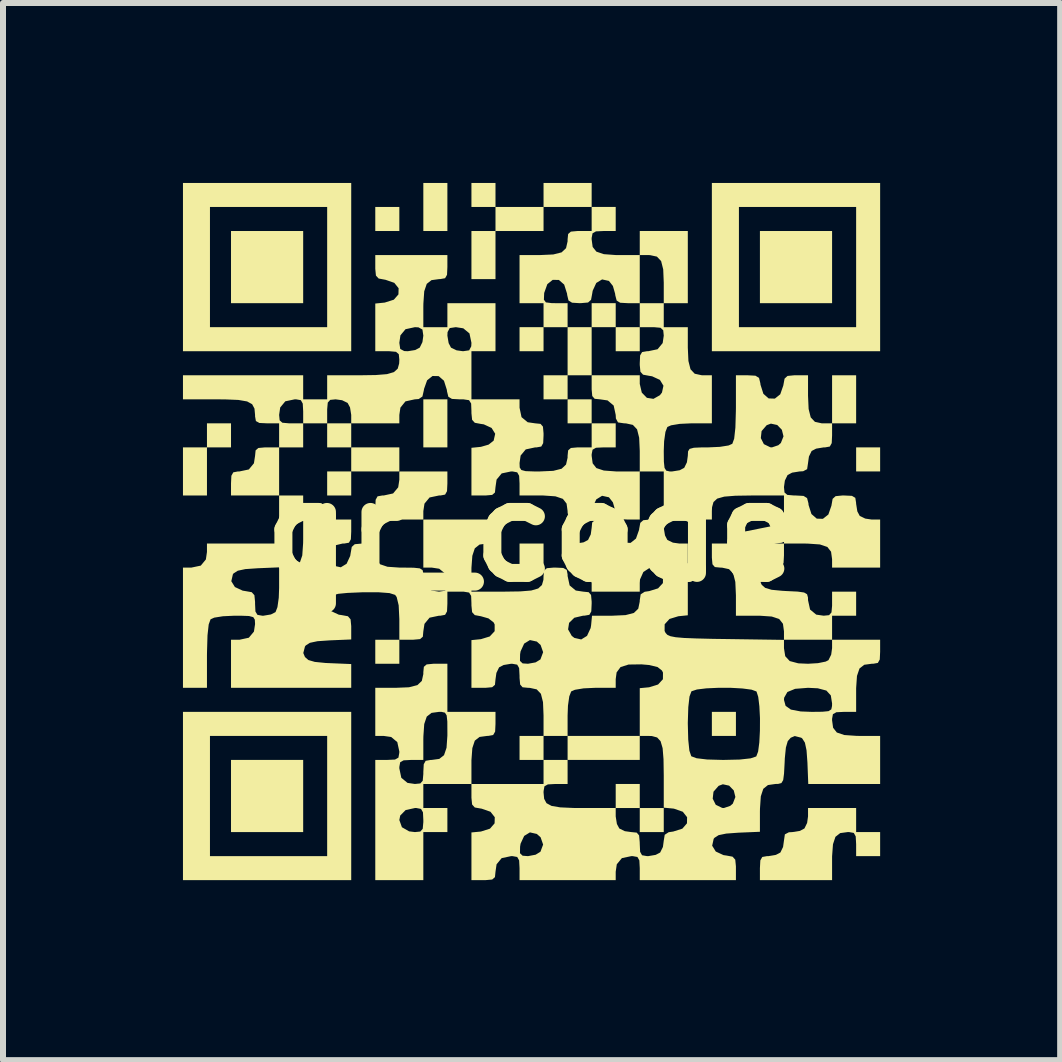
<source format=kicad_pcb>
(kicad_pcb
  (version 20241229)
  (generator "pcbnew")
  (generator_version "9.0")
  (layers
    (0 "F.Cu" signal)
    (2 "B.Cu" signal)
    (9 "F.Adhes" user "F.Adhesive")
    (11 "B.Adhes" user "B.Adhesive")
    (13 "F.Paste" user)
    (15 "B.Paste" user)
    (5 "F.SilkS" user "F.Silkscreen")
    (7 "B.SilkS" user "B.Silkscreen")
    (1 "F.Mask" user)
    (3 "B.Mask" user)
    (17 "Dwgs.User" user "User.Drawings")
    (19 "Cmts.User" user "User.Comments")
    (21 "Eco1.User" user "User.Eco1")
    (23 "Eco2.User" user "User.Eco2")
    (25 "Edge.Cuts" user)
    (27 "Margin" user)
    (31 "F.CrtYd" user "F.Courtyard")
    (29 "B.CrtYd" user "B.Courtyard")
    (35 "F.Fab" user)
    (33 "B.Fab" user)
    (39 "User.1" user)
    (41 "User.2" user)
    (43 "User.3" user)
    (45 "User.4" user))
  (footprint "qr_code"
    (layer "F.Cu")
    (at 5.811 5.811)
    (property "Reference" "qr_code" (at 0 0 0) (layer "F.SilkS") (effects (font (size 1.524 1.524) (thickness 0.3))))
    (attr board_only exclude_from_pos_files exclude_from_bom)
    (fp_poly (pts (xy -5.411 -0.601) (xy -5.811 -0.601) (xy -5.811 -1.403) (xy -5.411 -1.403)) (stroke (width 0) (type solid)) (fill yes) (layer "F.SilkS"))
    (fp_poly (pts (xy -5.01 -1.403) (xy -5.411 -1.403) (xy -5.411 -1.804) (xy -5.01 -1.804)) (stroke (width 0) (type solid)) (fill yes) (layer "F.SilkS"))
    (fp_poly (pts (xy -3.807 -3.807) (xy -5.01 -3.807) (xy -5.01 -5.01) (xy -3.807 -5.01)) (stroke (width 0) (type solid)) (fill yes) (layer "F.SilkS"))
    (fp_poly (pts (xy -3.807 5.01) (xy -5.01 5.01) (xy -5.01 3.807) (xy -3.807 3.807)) (stroke (width 0) (type solid)) (fill yes) (layer "F.SilkS"))
    (fp_poly (pts (xy -3.006 -1.403) (xy -3.407 -1.403) (xy -3.407 -1.804) (xy -3.006 -1.804)) (stroke (width 0) (type solid)) (fill yes) (layer "F.SilkS"))
    (fp_poly (pts (xy -3.006 -0.601) (xy -3.407 -0.601) (xy -3.407 -1.002) (xy -3.006 -1.002)) (stroke (width 0) (type solid)) (fill yes) (layer "F.SilkS"))
    (fp_poly (pts (xy -2.204 -5.01) (xy -2.605 -5.01) (xy -2.605 -5.411) (xy -2.204 -5.411)) (stroke (width 0) (type solid)) (fill yes) (layer "F.SilkS"))
    (fp_poly (pts (xy -2.204 -1.002) (xy -3.006 -1.002) (xy -3.006 -1.403) (xy -2.204 -1.403)) (stroke (width 0) (type solid)) (fill yes) (layer "F.SilkS"))
    (fp_poly (pts (xy -2.204 2.204) (xy -2.605 2.204) (xy -2.605 1.804) (xy -2.204 1.804)) (stroke (width 0) (type solid)) (fill yes) (layer "F.SilkS"))
    (fp_poly (pts (xy -1.403 -5.01) (xy -1.804 -5.01) (xy -1.804 -5.811) (xy -1.403 -5.811)) (stroke (width 0) (type solid)) (fill yes) (layer "F.SilkS"))
    (fp_poly (pts (xy -1.403 -1.403) (xy -1.804 -1.403) (xy -1.804 -2.204) (xy -1.403 -2.204)) (stroke (width 0) (type solid)) (fill yes) (layer "F.SilkS"))
    (fp_poly (pts (xy -0.601 -5.411) (xy -1.002 -5.411) (xy -1.002 -5.811) (xy -0.601 -5.811)) (stroke (width 0) (type solid)) (fill yes) (layer "F.SilkS"))
    (fp_poly (pts (xy -0.601 -4.208) (xy -1.002 -4.208) (xy -1.002 -5.01) (xy -0.601 -5.01)) (stroke (width 0) (type solid)) (fill yes) (layer "F.SilkS"))
    (fp_poly (pts (xy 0.2 -5.01) (xy -0.601 -5.01) (xy -0.601 -5.411) (xy 0.2 -5.411)) (stroke (width 0) (type solid)) (fill yes) (layer "F.SilkS"))
    (fp_poly (pts (xy 0.2 -3.006) (xy -0.2 -3.006) (xy -0.2 -3.407) (xy 0.2 -3.407)) (stroke (width 0) (type solid)) (fill yes) (layer "F.SilkS"))
    (fp_poly (pts (xy 0.2 0.601) (xy -0.2 0.601) (xy -0.2 0.2) (xy 0.2 0.2)) (stroke (width 0) (type solid)) (fill yes) (layer "F.SilkS"))
    (fp_poly (pts (xy 1.002 -5.411) (xy 0.2 -5.411) (xy 0.2 -5.811) (xy 1.002 -5.811)) (stroke (width 0) (type solid)) (fill yes) (layer "F.SilkS"))
    (fp_poly (pts (xy 1.403 -3.407) (xy 1.002 -3.407) (xy 1.002 -3.807) (xy 1.403 -3.807)) (stroke (width 0) (type solid)) (fill yes) (layer "F.SilkS"))
    (fp_poly (pts (xy 1.804 -3.006) (xy 1.403 -3.006) (xy 1.403 -3.407) (xy 1.804 -3.407)) (stroke (width 0) (type solid)) (fill yes) (layer "F.SilkS"))
    (fp_poly (pts (xy 1.804 3.807) (xy 0.601 3.807) (xy 0.601 3.407) (xy 1.804 3.407)) (stroke (width 0) (type solid)) (fill yes) (layer "F.SilkS"))
    (fp_poly (pts (xy 1.804 4.609) (xy 1.403 4.609) (xy 1.403 4.208) (xy 1.804 4.208)) (stroke (width 0) (type solid)) (fill yes) (layer "F.SilkS"))
    (fp_poly (pts (xy 2.204 5.01) (xy 1.804 5.01) (xy 1.804 4.609) (xy 2.204 4.609)) (stroke (width 0) (type solid)) (fill yes) (layer "F.SilkS"))
    (fp_poly (pts (xy 3.407 3.407) (xy 3.006 3.407) (xy 3.006 3.006) (xy 3.407 3.006)) (stroke (width 0) (type solid)) (fill yes) (layer "F.SilkS"))
    (fp_poly (pts (xy 5.01 -3.807) (xy 3.807 -3.807) (xy 3.807 -5.01) (xy 5.01 -5.01)) (stroke (width 0) (type solid)) (fill yes) (layer "F.SilkS"))
    (fp_poly (pts (xy 5.411 -1.804) (xy 5.01 -1.804) (xy 5.01 -2.605) (xy 5.411 -2.605)) (stroke (width 0) (type solid)) (fill yes) (layer "F.SilkS"))
    (fp_poly (pts (xy 5.811 -1.002) (xy 5.411 -1.002) (xy 5.411 -1.403) (xy 5.811 -1.403)) (stroke (width 0) (type solid)) (fill yes) (layer "F.SilkS"))
    (fp_poly (pts (xy -3.006 -3.006) (xy -5.811 -3.006) (xy -5.811 -3.407) (xy -5.361 -3.407) (xy -3.407 -3.407) (xy -3.407 -5.411) (xy -5.361 -5.411) (xy -5.361 -3.407) (xy -5.811 -3.407) (xy -5.811 -5.811) (xy -3.006 -5.811)) (stroke (width 0) (type solid)) (fill yes) (layer "F.SilkS"))
    (fp_poly (pts (xy -3.006 5.811) (xy -5.811 5.811) (xy -5.811 5.411) (xy -5.361 5.411) (xy -3.407 5.411) (xy -3.407 3.407) (xy -5.361 3.407) (xy -5.361 5.411) (xy -5.811 5.411) (xy -5.811 3.006) (xy -3.006 3.006)) (stroke (width 0) (type solid)) (fill yes) (layer "F.SilkS"))
    (fp_poly (pts (xy 5.811 -3.006) (xy 3.006 -3.006) (xy 3.006 -3.407) (xy 3.457 -3.407) (xy 5.411 -3.407) (xy 5.411 -5.411) (xy 3.457 -5.411) (xy 3.457 -3.407) (xy 3.006 -3.407) (xy 3.006 -5.811) (xy 5.811 -5.811)) (stroke (width 0) (type solid)) (fill yes) (layer "F.SilkS"))
    (fp_poly (pts (xy -1.403 -0.802) (xy -1.409 -0.673) (xy -1.441 -0.616) (xy -1.519 -0.601) (xy -1.543 -0.601) (xy -1.7 -0.568) (xy -1.785 -0.465) (xy -1.804 -0.341) (xy -1.804 -0.2) (xy -2.605 -0.2) (xy -2.605 -0.401) (xy -2.599 -0.529) (xy -2.567 -0.587) (xy -2.489 -0.601) (xy -2.465 -0.601) (xy -2.308 -0.635) (xy -2.223 -0.737) (xy -2.204 -0.862) (xy -2.204 -1.002) (xy -1.403 -1.002)) (stroke (width 0) (type solid)) (fill yes) (layer "F.SilkS"))
    (fp_poly (pts (xy 5.411 5.01) (xy 5.811 5.01) (xy 5.811 5.411) (xy 5.411 5.411) (xy 5.411 5.21) (xy 5.404 5.082) (xy 5.372 5.024) (xy 5.294 5.01) (xy 5.27 5.01) (xy 5.145 5.027) (xy 5.066 5.089) (xy 5.025 5.213) (xy 5.01 5.416) (xy 5.01 5.471) (xy 5.01 5.811) (xy 3.807 5.811) (xy 3.807 5.611) (xy 3.814 5.482) (xy 3.846 5.425) (xy 3.924 5.411) (xy 3.948 5.411) (xy 4.073 5.39) (xy 4.148 5.351) (xy 4.193 5.258) (xy 4.208 5.15) (xy 4.223 5.048) (xy 4.29 5.013) (xy 4.349 5.01) (xy 4.474 4.99) (xy 4.549 4.95) (xy 4.594 4.857) (xy 4.609 4.749) (xy 4.609 4.609) (xy 5.411 4.609)) (stroke (width 0) (type solid)) (fill yes) (layer "F.SilkS"))
    (fp_poly (pts (xy -1.403 3.006) (xy -0.601 3.006) (xy -0.601 3.206) (xy -0.607 3.335) (xy -0.64 3.392) (xy -0.717 3.406) (xy -0.741 3.407) (xy -0.867 3.424) (xy -0.946 3.486) (xy -0.987 3.61) (xy -1.002 3.812) (xy -1.002 3.868) (xy -1.002 4.208) (xy -1.804 4.208) (xy -1.804 4.609) (xy -1.403 4.609) (xy -1.403 5.01) (xy -1.804 5.01) (xy -1.804 5.811) (xy -2.605 5.811) (xy -2.605 4.809) (xy -2.204 4.809) (xy -2.161 4.929) (xy -2.041 4.998) (xy -1.944 5.01) (xy -1.854 5.001) (xy -1.814 4.955) (xy -1.804 4.844) (xy -1.804 4.809) (xy -1.81 4.681) (xy -1.842 4.624) (xy -1.92 4.609) (xy -1.944 4.609) (xy -2.099 4.643) (xy -2.189 4.734) (xy -2.204 4.809) (xy -2.605 4.809) (xy -2.605 3.948) (xy -2.204 3.948) (xy -2.171 4.105) (xy -2.068 4.19) (xy -1.944 4.208) (xy -1.854 4.199) (xy -1.814 4.154) (xy -1.804 4.042) (xy -1.804 4.008) (xy -1.797 3.879) (xy -1.765 3.822) (xy -1.687 3.808) (xy -1.663 3.807) (xy -1.538 3.79) (xy -1.459 3.728) (xy -1.417 3.604) (xy -1.403 3.402) (xy -1.403 3.347) (xy -1.404 3.167) (xy -1.415 3.065) (xy -1.444 3.019) (xy -1.501 3.006) (xy -1.543 3.006) (xy -1.668 3.023) (xy -1.747 3.085) (xy -1.789 3.209) (xy -1.803 3.412) (xy -1.804 3.467) (xy -1.804 3.807) (xy -2.004 3.807) (xy -2.133 3.814) (xy -2.19 3.846) (xy -2.204 3.924) (xy -2.204 3.948) (xy -2.605 3.948) (xy -2.605 3.807) (xy -2.405 3.807) (xy -2.276 3.801) (xy -2.219 3.769) (xy -2.205 3.691) (xy -2.204 3.667) (xy -2.238 3.51) (xy -2.34 3.425) (xy -2.465 3.407) (xy -2.605 3.407) (xy -2.605 2.605) (xy -2.264 2.605) (xy -2.043 2.596) (xy -1.903 2.56) (xy -1.829 2.49) (xy -1.804 2.376) (xy -1.804 2.345) (xy -1.795 2.255) (xy -1.749 2.215) (xy -1.637 2.204) (xy -1.603 2.204) (xy -1.403 2.204)) (stroke (width 0) (type solid)) (fill yes) (layer "F.SilkS"))
    (fp_poly (pts (xy 0.2 -3.807) (xy -0.2 -3.807) (xy -0.2 -3.865) (xy 0.206 -3.865) (xy 0.239 -3.82) (xy 0.335 -3.808) (xy 0.398 -3.807) (xy 0.601 -3.807) (xy 0.601 -3.407) (xy 1.002 -3.407) (xy 1.002 -2.605) (xy 1.804 -2.605) (xy 1.804 -2.461) (xy 1.838 -2.316) (xy 1.923 -2.229) (xy 2.032 -2.212) (xy 2.14 -2.273) (xy 2.174 -2.317) (xy 2.199 -2.431) (xy 2.14 -2.528) (xy 2.01 -2.588) (xy 1.961 -2.596) (xy 1.859 -2.615) (xy 1.815 -2.664) (xy 1.804 -2.776) (xy 1.804 -2.809) (xy 1.81 -2.936) (xy 1.843 -2.992) (xy 1.923 -3.006) (xy 1.944 -3.006) (xy 2.101 -3.039) (xy 2.186 -3.142) (xy 2.204 -3.266) (xy 2.195 -3.356) (xy 2.15 -3.397) (xy 2.038 -3.407) (xy 2.004 -3.407) (xy 1.804 -3.407) (xy 1.804 -3.807) (xy 2.204 -3.807) (xy 2.204 -4.148) (xy 2.195 -4.37) (xy 2.16 -4.509) (xy 2.09 -4.583) (xy 1.975 -4.608) (xy 1.944 -4.609) (xy 1.804 -4.609) (xy 1.804 -3.807) (xy 1.606 -3.807) (xy 1.478 -3.814) (xy 1.419 -3.85) (xy 1.396 -3.939) (xy 1.393 -3.965) (xy 1.356 -4.094) (xy 1.29 -4.178) (xy 1.176 -4.203) (xy 1.079 -4.144) (xy 1.019 -4.014) (xy 1.011 -3.965) (xy 0.992 -3.863) (xy 0.942 -3.818) (xy 0.828 -3.808) (xy 0.802 -3.807) (xy 0.675 -3.815) (xy 0.616 -3.852) (xy 0.594 -3.944) (xy 0.592 -3.965) (xy 0.544 -4.117) (xy 0.456 -4.194) (xy 0.353 -4.196) (xy 0.263 -4.124) (xy 0.211 -3.978) (xy 0.21 -3.965) (xy 0.206 -3.865) (xy -0.2 -3.865) (xy -0.2 -4.609) (xy 0.14 -4.609) (xy 0.362 -4.619) (xy 0.501 -4.654) (xy 0.575 -4.724) (xy 0.601 -4.838) (xy 0.601 -4.87) (xy 0.61 -4.96) (xy 0.656 -5) (xy 0.767 -5.01) (xy 0.802 -5.01) (xy 1.002 -5.01) (xy 1.002 -5.411) (xy 1.403 -5.411) (xy 1.403 -5.01) (xy 1.202 -5.01) (xy 1.074 -5.004) (xy 1.017 -4.972) (xy 1.002 -4.894) (xy 1.002 -4.87) (xy 1.019 -4.744) (xy 1.081 -4.666) (xy 1.205 -4.624) (xy 1.408 -4.609) (xy 1.463 -4.609) (xy 1.804 -4.609) (xy 1.804 -5.01) (xy 2.605 -5.01) (xy 2.605 -3.807) (xy 2.204 -3.807) (xy 2.204 -3.407) (xy 2.605 -3.407) (xy 2.605 -3.066) (xy 2.615 -2.844) (xy 2.65 -2.705) (xy 2.72 -2.631) (xy 2.834 -2.606) (xy 2.866 -2.605) (xy 3.006 -2.605) (xy 3.006 -1.804) (xy 2.665 -1.804) (xy 2.471 -1.795) (xy 2.326 -1.771) (xy 2.264 -1.743) (xy 2.232 -1.661) (xy 2.21 -1.506) (xy 2.204 -1.343) (xy 2.206 -1.163) (xy 2.217 -1.061) (xy 2.246 -1.015) (xy 2.303 -1.002) (xy 2.345 -1.002) (xy 2.47 -1.022) (xy 2.545 -1.062) (xy 2.59 -1.154) (xy 2.605 -1.262) (xy 2.609 -1.337) (xy 2.635 -1.378) (xy 2.706 -1.397) (xy 2.844 -1.403) (xy 2.946 -1.403) (xy 3.14 -1.412) (xy 3.285 -1.435) (xy 3.347 -1.463) (xy 3.378 -1.549) (xy 3.379 -1.558) (xy 3.822 -1.558) (xy 3.873 -1.457) (xy 3.98 -1.405) (xy 4.008 -1.403) (xy 4.114 -1.439) (xy 4.156 -1.476) (xy 4.2 -1.587) (xy 4.173 -1.696) (xy 4.096 -1.776) (xy 3.99 -1.799) (xy 3.92 -1.773) (xy 3.835 -1.675) (xy 3.822 -1.558) (xy 3.379 -1.558) (xy 3.398 -1.731) (xy 3.406 -2.004) (xy 3.407 -2.064) (xy 3.407 -2.605) (xy 3.604 -2.605) (xy 3.732 -2.598) (xy 3.792 -2.562) (xy 3.814 -2.473) (xy 3.817 -2.447) (xy 3.865 -2.296) (xy 3.953 -2.219) (xy 4.056 -2.216) (xy 4.146 -2.288) (xy 4.197 -2.435) (xy 4.199 -2.447) (xy 4.218 -2.549) (xy 4.267 -2.594) (xy 4.379 -2.605) (xy 4.412 -2.605) (xy 4.609 -2.605) (xy 4.609 -2.264) (xy 4.619 -2.043) (xy 4.654 -1.903) (xy 4.724 -1.829) (xy 4.838 -1.804) (xy 4.87 -1.804) (xy 5.01 -1.804) (xy 5.01 -1.603) (xy 5.004 -1.474) (xy 4.972 -1.417) (xy 4.894 -1.403) (xy 4.87 -1.403) (xy 4.744 -1.382) (xy 4.669 -1.343) (xy 4.624 -1.25) (xy 4.609 -1.142) (xy 4.594 -1.04) (xy 4.527 -1.005) (xy 4.469 -1.002) (xy 4.344 -0.982) (xy 4.268 -0.942) (xy 4.223 -0.85) (xy 4.208 -0.741) (xy 4.217 -0.651) (xy 4.264 -0.611) (xy 4.377 -0.601) (xy 4.406 -0.601) (xy 4.534 -0.594) (xy 4.593 -0.558) (xy 4.616 -0.47) (xy 4.618 -0.443) (xy 4.666 -0.292) (xy 4.755 -0.215) (xy 4.857 -0.212) (xy 4.948 -0.284) (xy 4.999 -0.431) (xy 5.001 -0.443) (xy 5.019 -0.545) (xy 5.069 -0.59) (xy 5.181 -0.601) (xy 5.213 -0.601) (xy 5.341 -0.595) (xy 5.397 -0.562) (xy 5.41 -0.481) (xy 5.411 -0.461) (xy 5.431 -0.336) (xy 5.471 -0.261) (xy 5.563 -0.216) (xy 5.671 -0.2) (xy 5.811 -0.2) (xy 5.811 0.601) (xy 5.01 0.601) (xy 5.01 0.461) (xy 4.993 0.336) (xy 4.931 0.257) (xy 4.807 0.215) (xy 4.604 0.201) (xy 4.549 0.2) (xy 4.208 0.2) (xy 4.208 0.398) (xy 4.201 0.526) (xy 4.165 0.585) (xy 4.077 0.608) (xy 4.051 0.611) (xy 3.903 0.656) (xy 3.822 0.744) (xy 3.821 0.855) (xy 3.838 0.889) (xy 3.895 0.939) (xy 4.002 0.971) (xy 4.181 0.988) (xy 4.251 0.992) (xy 4.437 1.001) (xy 4.543 1.016) (xy 4.593 1.045) (xy 4.608 1.099) (xy 4.609 1.144) (xy 4.643 1.3) (xy 4.746 1.385) (xy 4.87 1.403) (xy 4.96 1.394) (xy 5 1.348) (xy 5.01 1.237) (xy 5.01 1.202) (xy 5.01 1.002) (xy 5.411 1.002) (xy 5.411 1.403) (xy 5.01 1.403) (xy 5.01 1.804) (xy 5.811 1.804) (xy 5.811 2.004) (xy 5.805 2.133) (xy 5.773 2.19) (xy 5.695 2.204) (xy 5.671 2.204) (xy 5.546 2.221) (xy 5.467 2.283) (xy 5.425 2.407) (xy 5.411 2.61) (xy 5.411 2.665) (xy 5.411 3.006) (xy 5.21 3.006) (xy 5.082 3.012) (xy 5.024 3.044) (xy 5.01 3.122) (xy 5.01 3.146) (xy 5.027 3.271) (xy 5.089 3.35) (xy 5.213 3.392) (xy 5.416 3.406) (xy 5.471 3.407) (xy 5.811 3.407) (xy 5.811 4.208) (xy 4.613 4.208) (xy 4.599 3.85) (xy 4.584 3.646) (xy 4.557 3.519) (xy 4.513 3.45) (xy 4.496 3.437) (xy 4.388 3.409) (xy 4.321 3.437) (xy 4.271 3.494) (xy 4.24 3.601) (xy 4.222 3.781) (xy 4.219 3.85) (xy 4.209 4.036) (xy 4.195 4.143) (xy 4.165 4.193) (xy 4.111 4.207) (xy 4.066 4.208) (xy 3.941 4.226) (xy 3.863 4.289) (xy 3.822 4.414) (xy 3.808 4.619) (xy 3.807 4.667) (xy 3.807 5.005) (xy 3.45 5.02) (xy 3.245 5.035) (xy 3.119 5.061) (xy 3.049 5.106) (xy 3.036 5.123) (xy 3.011 5.237) (xy 3.071 5.334) (xy 3.2 5.394) (xy 3.249 5.401) (xy 3.351 5.42) (xy 3.396 5.47) (xy 3.407 5.582) (xy 3.407 5.614) (xy 3.407 5.811) (xy 1.804 5.811) (xy 1.804 5.611) (xy 1.797 5.482) (xy 1.765 5.425) (xy 1.687 5.411) (xy 1.663 5.411) (xy 1.506 5.444) (xy 1.421 5.547) (xy 1.403 5.671) (xy 1.403 5.811) (xy -0.2 5.811) (xy -0.2 5.611) (xy -0.207 5.482) (xy -0.239 5.425) (xy -0.317 5.411) (xy -0.341 5.411) (xy -0.498 5.444) (xy -0.583 5.547) (xy -0.601 5.671) (xy -0.61 5.761) (xy -0.656 5.801) (xy -0.767 5.811) (xy -0.802 5.811) (xy -1.002 5.811) (xy -1.002 5.362) (xy -0.193 5.362) (xy -0.149 5.404) (xy -0.059 5.411) (xy 0.068 5.387) (xy 0.148 5.338) (xy 0.193 5.218) (xy 0.151 5.097) (xy 0.088 5.041) (xy -0.027 5.015) (xy -0.123 5.074) (xy -0.183 5.204) (xy -0.191 5.253) (xy -0.193 5.362) (xy -1.002 5.362) (xy -1.002 5.016) (xy -0.844 5.001) (xy -0.693 4.953) (xy -0.616 4.864) (xy -0.613 4.762) (xy -0.685 4.671) (xy -0.831 4.62) (xy -0.844 4.618) (xy -0.946 4.6) (xy -0.991 4.55) (xy -1.002 4.438) (xy -1.002 4.406) (xy -1.002 4.349) (xy 0.2 4.349) (xy 0.21 4.455) (xy 0.249 4.528) (xy 0.334 4.574) (xy 0.478 4.598) (xy 0.699 4.608) (xy 0.862 4.609) (xy 1.403 4.609) (xy 1.403 4.749) (xy 1.423 4.875) (xy 1.463 4.95) (xy 1.555 4.995) (xy 1.663 5.01) (xy 1.753 5.019) (xy 1.793 5.065) (xy 1.803 5.176) (xy 1.804 5.21) (xy 1.81 5.339) (xy 1.842 5.396) (xy 1.92 5.41) (xy 1.944 5.411) (xy 2.069 5.39) (xy 2.144 5.351) (xy 2.19 5.258) (xy 2.204 5.153) (xy 2.22 5.055) (xy 2.286 5.012) (xy 2.362 5.001) (xy 2.514 4.953) (xy 2.591 4.864) (xy 2.593 4.762) (xy 2.521 4.671) (xy 2.375 4.62) (xy 2.362 4.618) (xy 2.204 4.603) (xy 2.204 4.453) (xy 3.02 4.453) (xy 3.071 4.555) (xy 3.178 4.607) (xy 3.206 4.609) (xy 3.312 4.573) (xy 3.355 4.536) (xy 3.398 4.425) (xy 3.371 4.316) (xy 3.294 4.236) (xy 3.189 4.213) (xy 3.119 4.239) (xy 3.033 4.337) (xy 3.02 4.453) (xy 2.204 4.453) (xy 2.204 4.065) (xy 2.2 3.796) (xy 2.185 3.611) (xy 2.151 3.495) (xy 2.094 3.433) (xy 2.006 3.409) (xy 1.944 3.407) (xy 1.804 3.407) (xy 1.804 3.206) (xy 2.605 3.206) (xy 2.612 3.469) (xy 2.631 3.652) (xy 2.662 3.744) (xy 2.665 3.747) (xy 2.751 3.779) (xy 2.927 3.8) (xy 3.184 3.807) (xy 3.206 3.807) (xy 3.469 3.801) (xy 3.652 3.781) (xy 3.744 3.75) (xy 3.747 3.747) (xy 3.777 3.668) (xy 3.797 3.516) (xy 3.807 3.321) (xy 3.808 3.111) (xy 3.798 2.913) (xy 3.785 2.806) (xy 4.208 2.806) (xy 4.235 2.905) (xy 4.323 2.968) (xy 4.487 2.999) (xy 4.669 3.006) (xy 4.849 3.004) (xy 4.951 2.994) (xy 4.997 2.964) (xy 5.009 2.908) (xy 5.01 2.866) (xy 4.989 2.732) (xy 4.915 2.651) (xy 4.772 2.613) (xy 4.609 2.605) (xy 4.394 2.622) (xy 4.265 2.675) (xy 4.211 2.77) (xy 4.208 2.806) (xy 3.785 2.806) (xy 3.779 2.757) (xy 3.751 2.669) (xy 3.747 2.665) (xy 3.668 2.636) (xy 3.516 2.616) (xy 3.321 2.605) (xy 3.111 2.605) (xy 2.913 2.614) (xy 2.757 2.633) (xy 2.669 2.662) (xy 2.665 2.665) (xy 2.633 2.751) (xy 2.613 2.927) (xy 2.605 3.184) (xy 2.605 3.206) (xy 1.804 3.206) (xy 1.804 2.611) (xy 1.961 2.596) (xy 2.109 2.55) (xy 2.19 2.462) (xy 2.191 2.351) (xy 2.174 2.317) (xy 2.101 2.259) (xy 1.96 2.225) (xy 1.832 2.214) (xy 1.617 2.217) (xy 1.484 2.259) (xy 1.418 2.348) (xy 1.403 2.461) (xy 1.403 2.605) (xy 1.062 2.605) (xy 0.868 2.614) (xy 0.723 2.638) (xy 0.661 2.665) (xy 0.629 2.748) (xy 0.607 2.903) (xy 0.601 3.066) (xy 0.601 3.407) (xy 0.2 3.407) (xy 0.2 3.807) (xy 0.601 3.807) (xy 0.601 4.208) (xy 0.401 4.208) (xy 0.272 4.215) (xy 0.215 4.247) (xy 0.201 4.325) (xy 0.2 4.349) (xy -1.002 4.349) (xy -1.002 4.208) (xy 0.2 4.208) (xy 0.2 3.807) (xy -0.2 3.807) (xy -0.2 3.407) (xy 0.2 3.407) (xy 0.2 3.066) (xy 0.191 2.844) (xy 0.156 2.705) (xy 0.086 2.631) (xy -0.029 2.606) (xy -0.06 2.605) (xy -0.15 2.596) (xy -0.19 2.55) (xy -0.2 2.439) (xy -0.2 2.405) (xy -0.207 2.276) (xy -0.239 2.219) (xy -0.317 2.205) (xy -0.341 2.204) (xy -0.466 2.225) (xy -0.541 2.264) (xy -0.586 2.357) (xy -0.601 2.465) (xy -0.61 2.555) (xy -0.656 2.595) (xy -0.767 2.605) (xy -0.802 2.605) (xy -1.002 2.605) (xy -1.002 2.156) (xy -0.193 2.156) (xy -0.149 2.198) (xy -0.059 2.204) (xy 0.068 2.181) (xy 0.148 2.132) (xy 0.193 2.011) (xy 0.151 1.891) (xy 0.088 1.834) (xy -0.027 1.809) (xy -0.123 1.868) (xy -0.183 1.998) (xy -0.191 2.047) (xy -0.193 2.156) (xy -1.002 2.156) (xy -1.002 1.81) (xy -0.844 1.794) (xy -0.697 1.749) (xy -0.615 1.661) (xy -0.615 1.549) (xy -0.632 1.515) (xy -0.718 1.448) (xy -0.844 1.412) (xy -0.946 1.393) (xy -0.991 1.344) (xy -1.002 1.232) (xy -1.002 1.199) (xy -1.007 1.073) (xy -1.041 1.017) (xy -1.133 1.002) (xy -1.202 1.002) (xy -1.403 1.002) (xy -1.403 1.202) (xy -1.409 1.331) (xy -1.441 1.388) (xy -1.519 1.403) (xy -1.543 1.403) (xy -1.7 1.436) (xy -1.785 1.539) (xy -1.804 1.663) (xy -1.812 1.753) (xy -1.858 1.793) (xy -1.97 1.803) (xy -2.004 1.804) (xy -2.204 1.804) (xy -2.204 1.459) (xy -2.215 1.23) (xy -2.248 1.093) (xy -2.274 1.056) (xy -2.368 1.026) (xy -2.554 1.012) (xy -2.827 1.012) (xy -2.833 1.013) (xy -3.068 1.023) (xy -3.222 1.038) (xy -3.316 1.064) (xy -3.367 1.102) (xy -3.376 1.115) (xy -3.402 1.229) (xy -3.342 1.326) (xy -3.213 1.386) (xy -3.164 1.393) (xy -3.061 1.412) (xy -3.017 1.463) (xy -3.006 1.576) (xy -3.006 1.604) (xy -3.006 1.799) (xy -3.364 1.814) (xy -3.569 1.828) (xy -3.695 1.855) (xy -3.764 1.899) (xy -3.777 1.916) (xy -3.805 2.025) (xy -3.777 2.092) (xy -3.72 2.142) (xy -3.613 2.173) (xy -3.434 2.191) (xy -3.364 2.194) (xy -3.006 2.209) (xy -3.006 2.605) (xy -5.01 2.605) (xy -5.01 1.804) (xy -4.87 1.804) (xy -4.713 1.77) (xy -4.628 1.668) (xy -4.609 1.543) (xy -4.613 1.469) (xy -4.639 1.427) (xy -4.71 1.408) (xy -4.848 1.403) (xy -4.95 1.403) (xy -5.144 1.412) (xy -5.289 1.435) (xy -5.351 1.463) (xy -5.382 1.549) (xy -5.402 1.731) (xy -5.41 2.004) (xy -5.411 2.064) (xy -5.411 2.605) (xy -5.811 2.605) (xy -5.811 0.828) (xy -5.005 0.828) (xy -4.945 0.925) (xy -4.816 0.985) (xy -4.767 0.993) (xy -4.665 1.011) (xy -4.62 1.061) (xy -4.609 1.173) (xy -4.609 1.206) (xy -4.603 1.333) (xy -4.569 1.389) (xy -4.489 1.403) (xy -4.469 1.403) (xy -4.344 1.382) (xy -4.268 1.343) (xy -4.236 1.26) (xy -4.214 1.104) (xy -4.208 0.94) (xy -4.208 0.597) (xy -4.566 0.612) (xy -4.771 0.626) (xy -4.897 0.653) (xy -4.967 0.697) (xy -4.979 0.714) (xy -5.005 0.828) (xy -5.811 0.828) (xy -5.811 0.601) (xy -5.671 0.601) (xy -5.514 0.568) (xy -5.429 0.465) (xy -5.411 0.341) (xy -5.411 0.2) (xy -4.208 0.2) (xy -4.208 0.401) (xy -4.202 0.529) (xy -4.17 0.587) (xy -4.092 0.601) (xy -4.068 0.601) (xy -3.943 0.584) (xy -3.864 0.522) (xy -3.822 0.398) (xy -3.808 0.195) (xy -3.807 0.14) (xy -3.807 -0.2) (xy -4.208 -0.2) (xy -4.208 -0.601) (xy -3.807 -0.601) (xy -3.807 -0.2) (xy -3.006 -0.2) (xy -3.006 0) (xy -3.012 0.129) (xy -3.044 0.186) (xy -3.123 0.2) (xy -3.15 0.2) (xy -3.295 0.235) (xy -3.382 0.32) (xy -3.399 0.429) (xy -3.338 0.537) (xy -3.294 0.571) (xy -3.18 0.596) (xy -3.083 0.537) (xy -3.023 0.407) (xy -3.015 0.358) (xy -2.997 0.256) (xy -2.947 0.211) (xy -2.835 0.201) (xy -2.802 0.2) (xy -2.675 0.207) (xy -2.619 0.24) (xy -2.605 0.32) (xy -2.605 0.341) (xy -2.588 0.466) (xy -2.526 0.545) (xy -2.402 0.587) (xy -2.199 0.601) (xy -2.144 0.601) (xy -1.964 0.603) (xy -1.862 0.614) (xy -1.816 0.643) (xy -1.804 0.7) (xy -1.804 0.741) (xy -1.77 0.898) (xy -1.668 0.983) (xy -1.543 1.002) (xy -1.441 0.987) (xy -1.406 0.92) (xy -1.403 0.862) (xy -1.436 0.705) (xy -1.539 0.62) (xy -1.663 0.601) (xy -1.804 0.601) (xy -1.804 -0.2) (xy -0.601 -0.2) (xy -0.601 0) (xy -0.607 0.129) (xy -0.64 0.186) (xy -0.717 0.2) (xy -0.741 0.2) (xy -0.867 0.217) (xy -0.946 0.28) (xy -0.987 0.404) (xy -1.002 0.606) (xy -1.002 0.661) (xy -1.002 1.002) (xy -0.461 1.002) (xy -0.191 0.998) (xy -0.005 0.983) (xy 0.111 0.949) (xy 0.173 0.892) (xy 0.198 0.805) (xy 0.2 0.741) (xy 0.209 0.651) (xy 0.255 0.611) (xy 0.366 0.601) (xy 0.401 0.601) (xy 0.529 0.607) (xy 0.587 0.64) (xy 0.601 0.717) (xy 0.601 0.741) (xy 0.635 0.898) (xy 0.737 0.983) (xy 0.862 1.002) (xy 0.952 1.011) (xy 0.992 1.057) (xy 1.002 1.168) (xy 1.002 1.202) (xy 0.996 1.331) (xy 0.964 1.388) (xy 0.885 1.402) (xy 0.858 1.403) (xy 0.713 1.437) (xy 0.626 1.522) (xy 0.609 1.631) (xy 0.67 1.739) (xy 0.714 1.773) (xy 0.828 1.799) (xy 0.925 1.739) (xy 0.985 1.609) (xy 0.993 1.561) (xy 1.008 1.403) (xy 1.346 1.403) (xy 1.567 1.393) (xy 1.706 1.357) (xy 1.779 1.286) (xy 1.803 1.17) (xy 1.804 1.145) (xy 1.819 1.047) (xy 1.886 1.004) (xy 1.961 0.993) (xy 2.109 0.947) (xy 2.19 0.859) (xy 2.191 0.748) (xy 2.174 0.714) (xy 2.073 0.621) (xy 1.961 0.611) (xy 1.864 0.674) (xy 1.808 0.799) (xy 1.804 0.858) (xy 1.804 1.002) (xy 1.002 1.002) (xy 1.002 0.862) (xy 0.969 0.705) (xy 0.866 0.62) (xy 0.741 0.601) (xy 0.651 0.592) (xy 0.611 0.546) (xy 0.601 0.435) (xy 0.601 0.401) (xy 0.607 0.272) (xy 0.64 0.215) (xy 0.717 0.201) (xy 0.741 0.2) (xy 0.867 0.18) (xy 0.942 0.14) (xy 0.987 0.048) (xy 1.002 -0.06) (xy 1.011 -0.151) (xy 1.058 -0.191) (xy 1.171 -0.2) (xy 1.199 -0.2) (xy 1.327 -0.194) (xy 1.387 -0.157) (xy 1.409 -0.069) (xy 1.412 -0.043) (xy 1.46 0.109) (xy 1.548 0.186) (xy 1.651 0.189) (xy 1.741 0.117) (xy 1.793 -0.03) (xy 1.794 -0.043) (xy 1.813 -0.145) (xy 1.863 -0.189) (xy 1.974 -0.2) (xy 2.007 -0.2) (xy 2.134 -0.194) (xy 2.191 -0.161) (xy 2.204 -0.08) (xy 2.204 -0.06) (xy 2.225 0.065) (xy 2.264 0.14) (xy 2.357 0.185) (xy 2.465 0.2) (xy 2.605 0.2) (xy 2.605 1.396) (xy 2.447 1.412) (xy 2.3 1.457) (xy 2.219 1.546) (xy 2.218 1.657) (xy 2.235 1.691) (xy 2.264 1.722) (xy 2.316 1.745) (xy 2.404 1.762) (xy 2.543 1.774) (xy 2.745 1.782) (xy 3.026 1.789) (xy 3.249 1.792) (xy 4.208 1.806) (xy 4.208 1.945) (xy 4.229 2.078) (xy 4.304 2.159) (xy 4.447 2.197) (xy 4.609 2.204) (xy 4.775 2.194) (xy 4.903 2.168) (xy 4.95 2.144) (xy 4.995 2.052) (xy 5.01 1.944) (xy 5.01 1.804) (xy 4.208 1.804) (xy 4.208 1.663) (xy 4.191 1.538) (xy 4.129 1.459) (xy 4.005 1.417) (xy 3.803 1.403) (xy 3.747 1.403) (xy 3.407 1.403) (xy 3.407 1.062) (xy 3.397 0.84) (xy 3.362 0.701) (xy 3.292 0.627) (xy 3.177 0.602) (xy 3.146 0.601) (xy 3.056 0.592) (xy 3.016 0.546) (xy 3.006 0.435) (xy 3.006 0.401) (xy 3.006 0.2) (xy 4.208 0.2) (xy 4.208 -0.601) (xy 3.667 -0.601) (xy 3.397 -0.597) (xy 3.212 -0.582) (xy 3.095 -0.549) (xy 3.033 -0.492) (xy 3.009 -0.405) (xy 3.006 -0.341) (xy 3.006 -0.2) (xy 2.204 -0.2) (xy 2.204 -1.002) (xy 1.804 -1.002) (xy 1.804 -0.2) (xy 1.606 -0.2) (xy 1.478 -0.207) (xy 1.419 -0.243) (xy 1.396 -0.332) (xy 1.393 -0.358) (xy 1.356 -0.487) (xy 1.29 -0.571) (xy 1.176 -0.596) (xy 1.079 -0.536) (xy 1.019 -0.407) (xy 1.011 -0.358) (xy 0.993 -0.256) (xy 0.943 -0.211) (xy 0.831 -0.201) (xy 0.798 -0.2) (xy 0.671 -0.207) (xy 0.615 -0.24) (xy 0.601 -0.32) (xy 0.601 -0.341) (xy 0.584 -0.466) (xy 0.522 -0.545) (xy 0.398 -0.587) (xy 0.195 -0.601) (xy 0.14 -0.601) (xy -0.2 -0.601) (xy -0.2 -0.802) (xy -0.207 -0.93) (xy -0.239 -0.987) (xy -0.317 -1.002) (xy -0.341 -1.002) (xy -0.498 -0.969) (xy -0.583 -0.866) (xy -0.601 -0.741) (xy -0.61 -0.651) (xy -0.656 -0.611) (xy -0.767 -0.601) (xy -0.802 -0.601) (xy -1.002 -0.601) (xy -1.002 -1.396) (xy -0.844 -1.412) (xy -0.716 -1.449) (xy -0.632 -1.515) (xy -0.606 -1.63) (xy -0.666 -1.727) (xy -0.796 -1.787) (xy -0.844 -1.794) (xy -0.946 -1.813) (xy -0.991 -1.863) (xy -1.002 -1.974) (xy -1.002 -2.007) (xy -1.007 -2.134) (xy -1.042 -2.19) (xy -1.136 -2.204) (xy -1.199 -2.204) (xy -1.327 -2.211) (xy -1.387 -2.247) (xy -1.409 -2.336) (xy -1.412 -2.362) (xy -1.46 -2.514) (xy -1.548 -2.591) (xy -1.651 -2.593) (xy -1.741 -2.521) (xy -1.793 -2.375) (xy -1.794 -2.362) (xy -1.819 -2.251) (xy -1.881 -2.209) (xy -1.947 -2.204) (xy -2.102 -2.17) (xy -2.186 -2.066) (xy -2.204 -1.944) (xy -2.204 -1.804) (xy -3.006 -1.804) (xy -3.006 -1.944) (xy -3.026 -2.069) (xy -3.066 -2.144) (xy -3.158 -2.189) (xy -3.266 -2.204) (xy -3.356 -2.195) (xy -3.397 -2.15) (xy -3.407 -2.038) (xy -3.407 -2.004) (xy -3.407 -1.804) (xy -3.807 -1.804) (xy -3.807 -1.403) (xy -4.208 -1.403) (xy -4.208 -0.601) (xy -5.01 -0.601) (xy -5.01 -0.802) (xy -5.004 -0.93) (xy -4.972 -0.987) (xy -4.894 -1.002) (xy -4.87 -1.002) (xy -4.713 -1.035) (xy -4.628 -1.138) (xy -4.609 -1.262) (xy -4.6 -1.353) (xy -4.554 -1.393) (xy -4.443 -1.403) (xy -4.409 -1.403) (xy -4.208 -1.403) (xy -4.208 -1.804) (xy -4.409 -1.804) (xy -4.537 -1.81) (xy -4.595 -1.842) (xy -4.609 -1.92) (xy -4.609 -1.944) (xy -4.208 -1.944) (xy -4.199 -1.854) (xy -4.154 -1.814) (xy -4.042 -1.804) (xy -4.008 -1.804) (xy -3.807 -1.804) (xy -3.807 -2.004) (xy -3.814 -2.133) (xy -3.846 -2.19) (xy -3.924 -2.204) (xy -3.948 -2.204) (xy -4.105 -2.171) (xy -4.19 -2.068) (xy -4.208 -1.944) (xy -4.609 -1.944) (xy -4.619 -2.05) (xy -4.658 -2.123) (xy -4.742 -2.169) (xy -4.887 -2.194) (xy -5.108 -2.203) (xy -5.27 -2.204) (xy -5.811 -2.204) (xy -5.811 -2.605) (xy -3.807 -2.605) (xy -3.807 -2.204) (xy -3.407 -2.204) (xy -3.407 -2.605) (xy -2.866 -2.605) (xy -2.596 -2.609) (xy -2.41 -2.624) (xy -2.294 -2.658) (xy -2.231 -2.715) (xy -2.207 -2.802) (xy -2.204 -2.866) (xy -2.213 -2.956) (xy -2.259 -2.996) (xy -2.37 -3.006) (xy -2.405 -3.006) (xy -2.605 -3.006) (xy -2.605 -3.146) (xy -2.204 -3.146) (xy -2.189 -3.044) (xy -2.123 -3.009) (xy -2.064 -3.006) (xy -1.939 -3.026) (xy -1.864 -3.066) (xy -1.819 -3.158) (xy -1.804 -3.266) (xy -1.403 -3.266) (xy -1.382 -3.141) (xy -1.343 -3.066) (xy -1.25 -3.021) (xy -1.142 -3.006) (xy -1.04 -3.021) (xy -1.005 -3.088) (xy -1.002 -3.146) (xy -1.035 -3.303) (xy -1.138 -3.388) (xy -1.262 -3.407) (xy -1.364 -3.392) (xy -1.4 -3.325) (xy -1.403 -3.266) (xy -1.804 -3.266) (xy -1.819 -3.368) (xy -1.885 -3.404) (xy -1.944 -3.407) (xy -2.101 -3.373) (xy -2.186 -3.271) (xy -2.204 -3.146) (xy -2.605 -3.146) (xy -2.605 -3.801) (xy -2.447 -3.817) (xy -2.296 -3.865) (xy -2.219 -3.953) (xy -2.216 -4.056) (xy -2.288 -4.146) (xy -2.435 -4.197) (xy -2.447 -4.199) (xy -2.549 -4.218) (xy -2.594 -4.267) (xy -2.605 -4.379) (xy -2.605 -4.412) (xy -2.605 -4.609) (xy -1.403 -4.609) (xy -1.403 -4.409) (xy -1.409 -4.28) (xy -1.441 -4.223) (xy -1.519 -4.209) (xy -1.543 -4.208) (xy -1.668 -4.191) (xy -1.747 -4.129) (xy -1.789 -4.005) (xy -1.803 -3.803) (xy -1.804 -3.747) (xy -1.804 -3.407) (xy -1.403 -3.407) (xy -1.403 -3.807) (xy -0.601 -3.807) (xy -0.601 -3.006) (xy -1.002 -3.006) (xy -1.002 -2.204) (xy -0.2 -2.204) (xy -0.2 -2.064) (xy -0.167 -1.907) (xy -0.064 -1.822) (xy 0.06 -1.804) (xy 0.15 -1.795) (xy 0.19 -1.749) (xy 0.2 -1.637) (xy 0.2 -1.603) (xy 0.194 -1.474) (xy 0.162 -1.417) (xy 0.084 -1.403) (xy 0.06 -1.403) (xy -0.097 -1.369) (xy -0.182 -1.267) (xy -0.2 -1.142) (xy -0.197 -1.068) (xy -0.17 -1.026) (xy -0.099 -1.007) (xy 0.038 -1.002) (xy 0.14 -1.002) (xy 0.362 -1.012) (xy 0.501 -1.047) (xy 0.575 -1.117) (xy 0.601 -1.231) (xy 0.601 -1.262) (xy 0.61 -1.353) (xy 0.656 -1.393) (xy 0.767 -1.403) (xy 0.802 -1.403) (xy 1.002 -1.403) (xy 1.002 -1.804) (xy 0.601 -1.804) (xy 0.601 -2.204) (xy 1.002 -2.204) (xy 1.002 -1.804) (xy 1.403 -1.804) (xy 1.403 -1.403) (xy 1.202 -1.403) (xy 1.074 -1.397) (xy 1.017 -1.364) (xy 1.002 -1.287) (xy 1.002 -1.262) (xy 1.019 -1.137) (xy 1.081 -1.058) (xy 1.205 -1.017) (xy 1.408 -1.002) (xy 1.463 -1.002) (xy 1.804 -1.002) (xy 1.804 -1.343) (xy 1.794 -1.564) (xy 1.759 -1.704) (xy 1.689 -1.778) (xy 1.574 -1.803) (xy 1.543 -1.804) (xy 1.441 -1.819) (xy 1.406 -1.885) (xy 1.403 -1.944) (xy 1.369 -2.101) (xy 1.267 -2.186) (xy 1.142 -2.204) (xy 1.052 -2.213) (xy 1.012 -2.259) (xy 1.002 -2.37) (xy 1.002 -2.405) (xy 1.002 -2.605) (xy 0.601 -2.605) (xy 0.601 -2.204) (xy 0.2 -2.204) (xy 0.2 -2.605) (xy 0.601 -2.605) (xy 0.601 -3.407) (xy 0.2 -3.407)) (stroke (width 0) (type solid)) (fill yes) (layer "F.SilkS")))
  (gr_rect
    (start -3 -3)
    (end 14.623 14.623)
    (stroke (width 0.1) (type default))
    (fill no)
    (layer "Edge.Cuts")))
</source>
